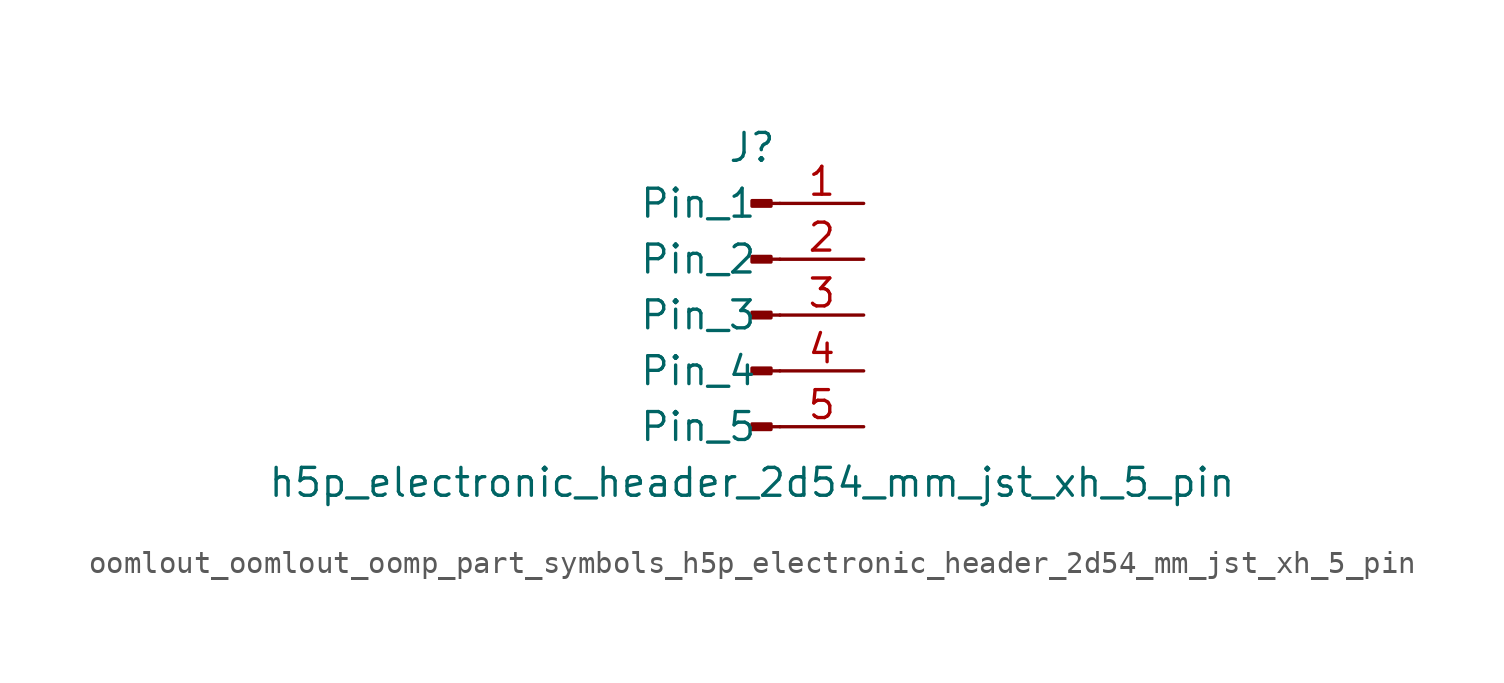
<source format=kicad_sym>
(kicad_symbol_lib
  (version 20220914)
  (generator kicad_symbol_editor)
  (symbol "oomlout_oomlout_oomp_part_symbols_h5p_electronic_header_2d54_mm_jst_xh_5_pin"
    (pin_names
      (offset 1.016))
    (property "Reference" "J"
      (at 0 7.62 0)
      (effects (font (size 1.27 1.27))))
    (property "Value" "h5p_electronic_header_2d54_mm_jst_xh_5_pin"
      (at 0 -7.62 0)
      (effects (font (size 1.27 1.27))))
    (property "ki_locked" ""
      (at 0 0 0)
      (effects (font (size 1.27 1.27))))
    (symbol "oomlout_oomlout_oomp_part_symbols_h5p_electronic_header_2d54_mm_jst_xh_5_pin_1_1"
      (polyline (pts (xy 1.27 -5.08) (xy 0.864 -5.08)) (stroke (width 0.152) (type default)) (fill (type none)))
      (polyline (pts (xy 1.27 -2.54) (xy 0.864 -2.54)) (stroke (width 0.152) (type default)) (fill (type none)))
      (polyline (pts (xy 1.27 0) (xy 0.864 0)) (stroke (width 0.152) (type default)) (fill (type none)))
      (polyline (pts (xy 1.27 2.54) (xy 0.864 2.54)) (stroke (width 0.152) (type default)) (fill (type none)))
      (polyline (pts (xy 1.27 5.08) (xy 0.864 5.08)) (stroke (width 0.152) (type default)) (fill (type none)))
      (rectangle (start 0.864 -4.953) (end 0 -5.207) (stroke (width 0.152) (type default)) (fill (type outline)))
      (rectangle (start 0.864 -2.413) (end 0 -2.667) (stroke (width 0.152) (type default)) (fill (type outline)))
      (rectangle (start 0.864 0.127) (end 0 -0.127) (stroke (width 0.152) (type default)) (fill (type outline)))
      (rectangle (start 0.864 2.667) (end 0 2.413) (stroke (width 0.152) (type default)) (fill (type outline)))
      (rectangle (start 0.864 5.207) (end 0 4.953) (stroke (width 0.152) (type default)) (fill (type outline)))
      (pin passive line (at 5.08 5.08 180) (length 3.81) (name "Pin_1" (effects (font (size 1.27 1.27)))) (number "1" (effects (font (size 1.27 1.27)))))
      (pin passive line (at 5.08 2.54 180) (length 3.81) (name "Pin_2" (effects (font (size 1.27 1.27)))) (number "2" (effects (font (size 1.27 1.27)))))
      (pin passive line (at 5.08 0 180) (length 3.81) (name "Pin_3" (effects (font (size 1.27 1.27)))) (number "3" (effects (font (size 1.27 1.27)))))
      (pin passive line (at 5.08 -2.54 180) (length 3.81) (name "Pin_4" (effects (font (size 1.27 1.27)))) (number "4" (effects (font (size 1.27 1.27)))))
      (pin passive line (at 5.08 -5.08 180) (length 3.81) (name "Pin_5" (effects (font (size 1.27 1.27)))) (number "5" (effects (font (size 1.27 1.27))))))))
</source>
